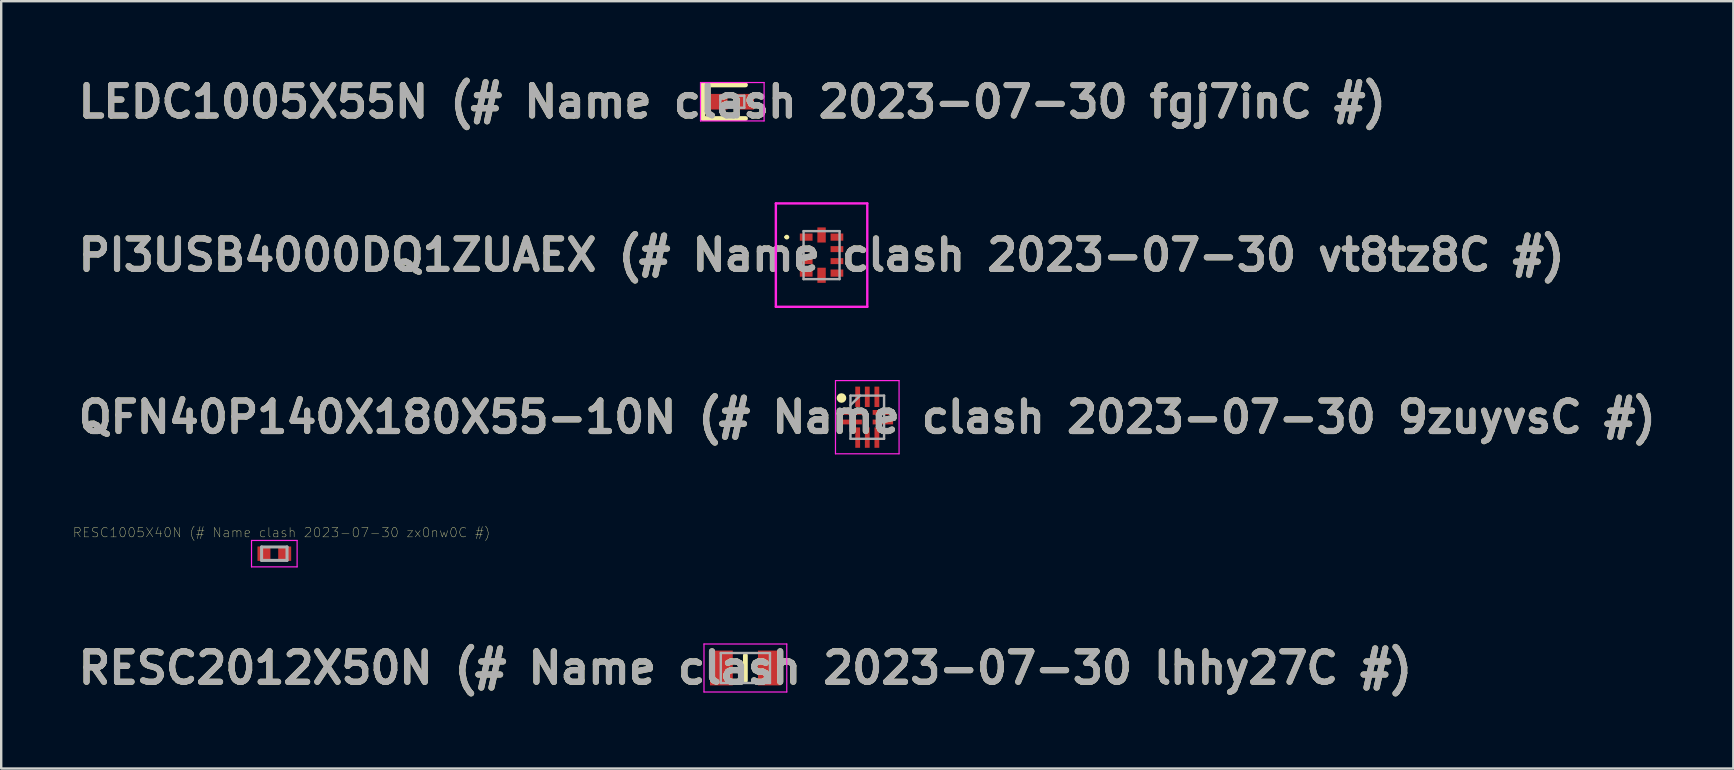
<source format=kicad_pcb>
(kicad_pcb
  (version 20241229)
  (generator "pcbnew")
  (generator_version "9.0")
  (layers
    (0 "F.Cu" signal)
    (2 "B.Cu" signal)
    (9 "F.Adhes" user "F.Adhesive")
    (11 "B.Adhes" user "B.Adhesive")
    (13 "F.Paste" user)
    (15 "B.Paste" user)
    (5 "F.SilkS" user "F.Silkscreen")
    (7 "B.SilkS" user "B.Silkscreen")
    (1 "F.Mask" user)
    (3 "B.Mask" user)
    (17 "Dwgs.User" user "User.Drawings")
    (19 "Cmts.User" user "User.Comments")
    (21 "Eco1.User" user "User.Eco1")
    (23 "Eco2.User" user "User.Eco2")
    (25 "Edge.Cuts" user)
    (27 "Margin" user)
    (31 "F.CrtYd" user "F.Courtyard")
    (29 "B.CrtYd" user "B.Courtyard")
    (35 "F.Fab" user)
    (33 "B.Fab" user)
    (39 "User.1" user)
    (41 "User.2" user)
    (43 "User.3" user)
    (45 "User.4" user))
  (footprint "PI3USB4000DQ1ZUAEX (# Name clash 2023-07-30 vt8tz8C #)"
    (layer "F.Cu")
    (at 31.188 7.582)
    (property "Reference" "PI3USB4000DQ1ZUAEX (# Name clash 2023-07-30 vt8tz8C #)" (at 0 0 0) (layer "F.SilkS") (effects (font (size 1.27 1.27) (thickness 0.254))))
    (attr smd)
    (fp_line (start -1.5 -0.75) (end -1.5 -0.75) (stroke (width 0.1) (type solid)) (layer "F.SilkS"))
    (fp_line (start -1.4 -0.75) (end -1.4 -0.75) (stroke (width 0.1) (type solid)) (layer "F.SilkS"))
    (fp_arc (start -1.5 -0.75) (mid -1.45 -0.8) (end -1.4 -0.75) (stroke (width 0.1) (type solid)) (layer "F.SilkS"))
    (fp_arc (start -1.4 -0.75) (mid -1.45 -0.7) (end -1.5 -0.75) (stroke (width 0.1) (type solid)) (layer "F.SilkS"))
    (fp_line (start -1.905 -2.155) (end 1.905 -2.155) (stroke (width 0.1) (type solid)) (layer "F.CrtYd"))
    (fp_line (start -1.905 2.155) (end -1.905 -2.155) (stroke (width 0.1) (type solid)) (layer "F.CrtYd"))
    (fp_line (start 1.905 -2.155) (end 1.905 2.155) (stroke (width 0.1) (type solid)) (layer "F.CrtYd"))
    (fp_line (start 1.905 2.155) (end -1.905 2.155) (stroke (width 0.1) (type solid)) (layer "F.CrtYd"))
    (fp_line (start -0.75 -1) (end -0.75 1) (stroke (width 0.1) (type solid)) (layer "F.Fab"))
    (fp_line (start -0.75 1) (end 0.75 1) (stroke (width 0.1) (type solid)) (layer "F.Fab"))
    (fp_line (start 0.75 -1) (end -0.75 -1) (stroke (width 0.1) (type solid)) (layer "F.Fab"))
    (fp_line (start 0.75 1) (end 0.75 -1) (stroke (width 0.1) (type solid)) (layer "F.Fab"))
    (fp_text user "${REFERENCE}" (at 0 0 0) (layer "F.Fab") (effects (font (size 1.27 1.27) (thickness 0.254))))
    (pad "1" smd rect (at -0.64 -0.75 90) (size 0.3 0.53) (layers "F.Cu" "F.Mask" "F.Paste"))
    (pad "2" smd rect (at -0.64 -0.25 90) (size 0.25 0.53) (layers "F.Cu" "F.Mask" "F.Paste"))
    (pad "3" smd rect (at -0.64 0.25 90) (size 0.25 0.53) (layers "F.Cu" "F.Mask" "F.Paste"))
    (pad "4" smd rect (at -0.64 0.75 90) (size 0.3 0.53) (layers "F.Cu" "F.Mask" "F.Paste"))
    (pad "5" smd rect (at 0 0.84) (size 0.35 0.63) (layers "F.Cu" "F.Mask" "F.Paste"))
    (pad "6" smd rect (at 0.64 0.75 90) (size 0.3 0.53) (layers "F.Cu" "F.Mask" "F.Paste"))
    (pad "7" smd rect (at 0.64 0.25 90) (size 0.25 0.53) (layers "F.Cu" "F.Mask" "F.Paste"))
    (pad "8" smd rect (at 0.64 -0.25 90) (size 0.25 0.53) (layers "F.Cu" "F.Mask" "F.Paste"))
    (pad "9" smd rect (at 0.64 -0.75 90) (size 0.3 0.53) (layers "F.Cu" "F.Mask" "F.Paste"))
    (pad "10" smd rect (at 0 -0.84) (size 0.35 0.63) (layers "F.Cu" "F.Mask" "F.Paste")))
  (footprint "RESC2012X50N (# Name clash 2023-07-30 lhhy27C #)"
    (layer "F.Cu")
    (at 28.013 24.788)
    (property "Reference" "RESC2012X50N (# Name clash 2023-07-30 lhhy27C #)" (at 0 0 0) (layer "F.SilkS") (effects (font (size 1.27 1.27) (thickness 0.254))))
    (attr smd)
    (fp_line (start 0 -0.525) (end 0 0.525) (stroke (width 0.2) (type solid)) (layer "F.SilkS"))
    (fp_line (start -1.725 -1) (end 1.725 -1) (stroke (width 0.05) (type solid)) (layer "F.CrtYd"))
    (fp_line (start -1.725 1) (end -1.725 -1) (stroke (width 0.05) (type solid)) (layer "F.CrtYd"))
    (fp_line (start 1.725 -1) (end 1.725 1) (stroke (width 0.05) (type solid)) (layer "F.CrtYd"))
    (fp_line (start 1.725 1) (end -1.725 1) (stroke (width 0.05) (type solid)) (layer "F.CrtYd"))
    (fp_line (start -1.025 -0.625) (end 1.025 -0.625) (stroke (width 0.1) (type solid)) (layer "F.Fab"))
    (fp_line (start -1.025 0.625) (end -1.025 -0.625) (stroke (width 0.1) (type solid)) (layer "F.Fab"))
    (fp_line (start 1.025 -0.625) (end 1.025 0.625) (stroke (width 0.1) (type solid)) (layer "F.Fab"))
    (fp_line (start 1.025 0.625) (end -1.025 0.625) (stroke (width 0.1) (type solid)) (layer "F.Fab"))
    (fp_text user "${REFERENCE}" (at 0 0 0) (layer "F.Fab") (effects (font (size 1.27 1.27) (thickness 0.254))))
    (pad "1" smd rect (at -1 0) (size 0.95 1.45) (layers "F.Cu" "F.Mask" "F.Paste"))
    (pad "2" smd rect (at 1 0) (size 0.95 1.45) (layers "F.Cu" "F.Mask" "F.Paste")))
  (footprint "QFN40P140X180X55-10N (# Name clash 2023-07-30 9zuyvsC #)"
    (layer "F.Cu")
    (at 33.093 14.337)
    (property "Reference" "QFN40P140X180X55-10N (# Name clash 2023-07-30 9zuyvsC #)" (at 0 0 0) (layer "F.SilkS") (effects (font (size 1.27 1.27) (thickness 0.254))))
    (attr smd)
    (fp_circle (center -1.075 -0.8) (end -1.075 -0.7) (stroke (width 0.2) (type solid)) (fill no) (layer "F.SilkS"))
    (fp_line (start -1.325 -1.525) (end 1.325 -1.525) (stroke (width 0.05) (type solid)) (layer "F.CrtYd"))
    (fp_line (start -1.325 1.525) (end -1.325 -1.525) (stroke (width 0.05) (type solid)) (layer "F.CrtYd"))
    (fp_line (start 1.325 -1.525) (end 1.325 1.525) (stroke (width 0.05) (type solid)) (layer "F.CrtYd"))
    (fp_line (start 1.325 1.525) (end -1.325 1.525) (stroke (width 0.05) (type solid)) (layer "F.CrtYd"))
    (fp_line (start -0.7 -0.9) (end 0.7 -0.9) (stroke (width 0.1) (type solid)) (layer "F.Fab"))
    (fp_line (start -0.7 -0.5) (end -0.3 -0.9) (stroke (width 0.1) (type solid)) (layer "F.Fab"))
    (fp_line (start -0.7 0.9) (end -0.7 -0.9) (stroke (width 0.1) (type solid)) (layer "F.Fab"))
    (fp_line (start 0.7 -0.9) (end 0.7 0.9) (stroke (width 0.1) (type solid)) (layer "F.Fab"))
    (fp_line (start 0.7 0.9) (end -0.7 0.9) (stroke (width 0.1) (type solid)) (layer "F.Fab"))
    (fp_text user "${REFERENCE}" (at 0 0 0) (layer "F.Fab") (effects (font (size 1.27 1.27) (thickness 0.254))))
    (pad "1" smd rect (at -0.65 -0.2 90) (size 0.2 0.85) (layers "F.Cu" "F.Mask" "F.Paste"))
    (pad "2" smd rect (at -0.65 0.2 90) (size 0.2 0.85) (layers "F.Cu" "F.Mask" "F.Paste"))
    (pad "3" smd rect (at -0.4 0.85) (size 0.2 0.85) (layers "F.Cu" "F.Mask" "F.Paste"))
    (pad "4" smd rect (at 0 0.85) (size 0.2 0.85) (layers "F.Cu" "F.Mask" "F.Paste"))
    (pad "5" smd rect (at 0.4 0.85) (size 0.2 0.85) (layers "F.Cu" "F.Mask" "F.Paste"))
    (pad "6" smd rect (at 0.65 0.2 90) (size 0.2 0.85) (layers "F.Cu" "F.Mask" "F.Paste"))
    (pad "7" smd rect (at 0.65 -0.2 90) (size 0.2 0.85) (layers "F.Cu" "F.Mask" "F.Paste"))
    (pad "8" smd rect (at 0.4 -0.85) (size 0.2 0.85) (layers "F.Cu" "F.Mask" "F.Paste"))
    (pad "9" smd rect (at 0 -0.85) (size 0.2 0.85) (layers "F.Cu" "F.Mask" "F.Paste"))
    (pad "10" smd rect (at -0.4 -0.85) (size 0.2 0.85) (layers "F.Cu" "F.Mask" "F.Paste")))
  (footprint "LEDC1005X55N (# Name clash 2023-07-30 fgj7inC #)"
    (layer "F.Cu")
    (at 27.468 1.189)
    (property "Reference" "LEDC1005X55N (# Name clash 2023-07-30 fgj7inC #)" (at 0 0 0) (layer "F.SilkS") (effects (font (size 1.27 1.27) (thickness 0.254))))
    (attr smd)
    (fp_line (start -1.225 -0.7) (end -1.225 0.7) (stroke (width 0.2) (type solid)) (layer "F.SilkS"))
    (fp_line (start -1.225 0.7) (end 0.55 0.7) (stroke (width 0.2) (type solid)) (layer "F.SilkS"))
    (fp_line (start 0.55 -0.7) (end -1.225 -0.7) (stroke (width 0.2) (type solid)) (layer "F.SilkS"))
    (fp_line (start -1.325 -0.8) (end 1.325 -0.8) (stroke (width 0.05) (type solid)) (layer "F.CrtYd"))
    (fp_line (start -1.325 0.8) (end -1.325 -0.8) (stroke (width 0.05) (type solid)) (layer "F.CrtYd"))
    (fp_line (start 1.325 -0.8) (end 1.325 0.8) (stroke (width 0.05) (type solid)) (layer "F.CrtYd"))
    (fp_line (start 1.325 0.8) (end -1.325 0.8) (stroke (width 0.05) (type solid)) (layer "F.CrtYd"))
    (fp_line (start -0.5 -0.25) (end 0.5 -0.25) (stroke (width 0.1) (type solid)) (layer "F.Fab"))
    (fp_line (start -0.5 -0.083) (end -0.333 -0.25) (stroke (width 0.1) (type solid)) (layer "F.Fab"))
    (fp_line (start -0.5 0.25) (end -0.5 -0.25) (stroke (width 0.1) (type solid)) (layer "F.Fab"))
    (fp_line (start 0.5 -0.25) (end 0.5 0.25) (stroke (width 0.1) (type solid)) (layer "F.Fab"))
    (fp_line (start 0.5 0.25) (end -0.5 0.25) (stroke (width 0.1) (type solid)) (layer "F.Fab"))
    (fp_text user "${REFERENCE}" (at 0 0 0) (layer "F.Fab") (effects (font (size 1.27 1.27) (thickness 0.254))))
    (pad "1" smd rect (at -0.55 0 90) (size 0.65 0.7) (layers "F.Cu" "F.Mask" "F.Paste"))
    (pad "2" smd rect (at 0.55 0 90) (size 0.65 0.7) (layers "F.Cu" "F.Mask" "F.Paste")))
  (footprint "RESC1005X40N (# Name clash 2023-07-30 zx0nw0C #)"
    (layer "F.Cu")
    (at 8.382 20.024)
    (property "Reference" "RESC1005X40N (# Name clash 2023-07-30 zx0nw0C #)" (at 0.3 -0.88 0) (layer "F.SilkS") (effects (font (size 0.394 0.394) (thickness 0.015))))
    (attr through_hole)
    (fp_line (start -0.95 -0.55) (end 0.95 -0.55) (stroke (width 0.05) (type solid)) (layer "F.CrtYd"))
    (fp_line (start -0.95 0.55) (end -0.95 -0.55) (stroke (width 0.05) (type solid)) (layer "F.CrtYd"))
    (fp_line (start -0.95 0.55) (end 0.95 0.55) (stroke (width 0.05) (type solid)) (layer "F.CrtYd"))
    (fp_line (start 0.95 0.55) (end 0.95 -0.55) (stroke (width 0.05) (type solid)) (layer "F.CrtYd"))
    (fp_line (start -0.53 0.28) (end -0.53 -0.28) (stroke (width 0.127) (type solid)) (layer "F.Fab"))
    (fp_line (start 0.53 -0.28) (end -0.53 -0.28) (stroke (width 0.127) (type solid)) (layer "F.Fab"))
    (fp_line (start 0.53 0.28) (end -0.53 0.28) (stroke (width 0.127) (type solid)) (layer "F.Fab"))
    (fp_line (start 0.53 0.28) (end 0.53 -0.28) (stroke (width 0.127) (type solid)) (layer "F.Fab"))
    (pad "1" smd rect (at -0.432 0) (size 0.54 0.6) (layers "F.Cu" "F.Mask" "F.Paste"))
    (pad "2" smd rect (at 0.432 0) (size 0.54 0.6) (layers "F.Cu" "F.Mask" "F.Paste")))
  (gr_rect
    (start -3 -3)
    (end 69.185 28.977)
    (stroke (width 0.1) (type default))
    (fill no)
    (layer "Edge.Cuts")))
</source>
